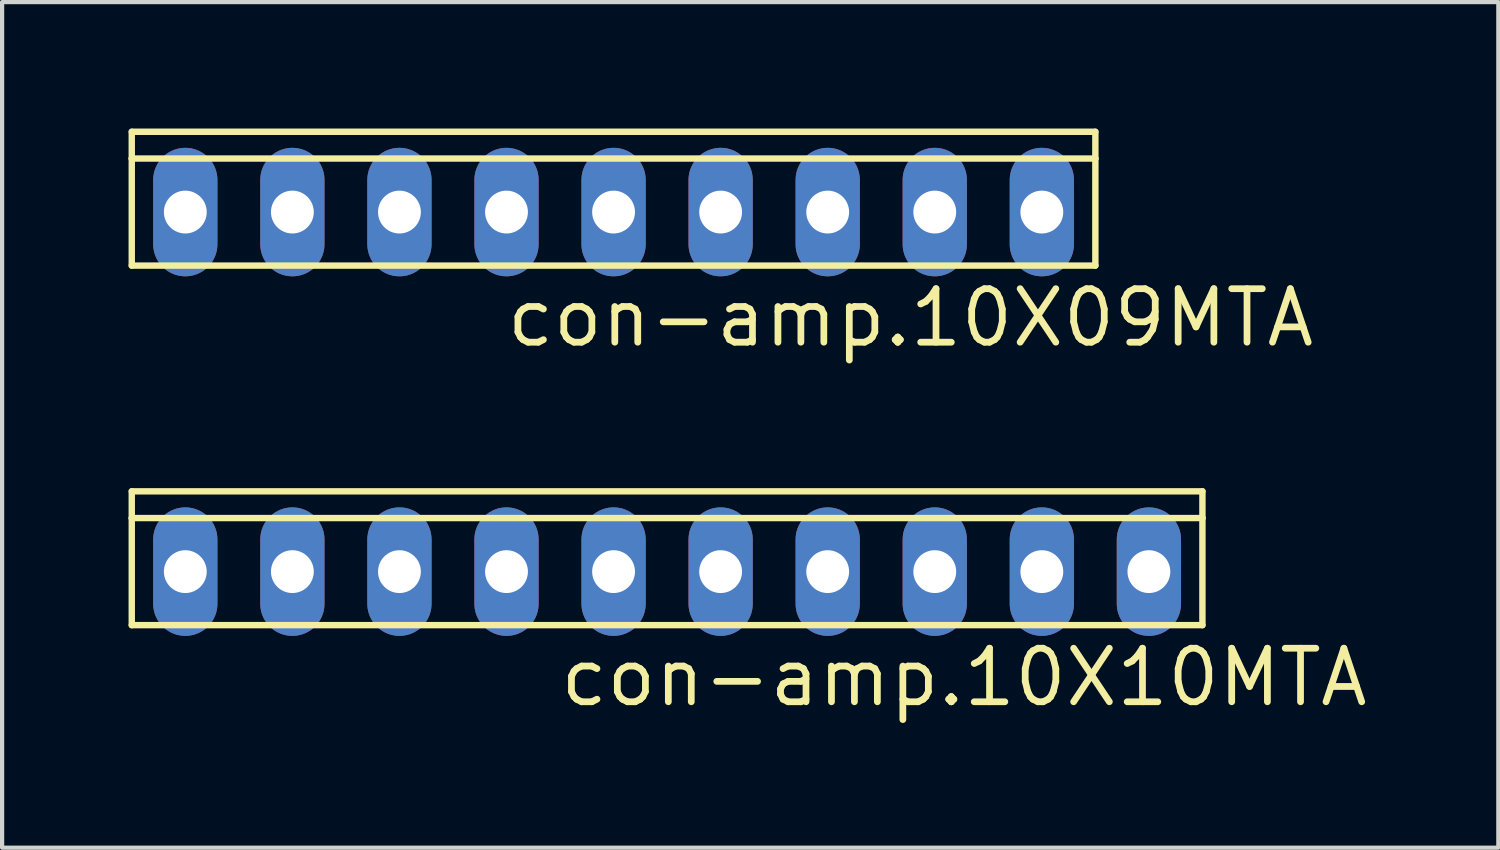
<source format=kicad_pcb>
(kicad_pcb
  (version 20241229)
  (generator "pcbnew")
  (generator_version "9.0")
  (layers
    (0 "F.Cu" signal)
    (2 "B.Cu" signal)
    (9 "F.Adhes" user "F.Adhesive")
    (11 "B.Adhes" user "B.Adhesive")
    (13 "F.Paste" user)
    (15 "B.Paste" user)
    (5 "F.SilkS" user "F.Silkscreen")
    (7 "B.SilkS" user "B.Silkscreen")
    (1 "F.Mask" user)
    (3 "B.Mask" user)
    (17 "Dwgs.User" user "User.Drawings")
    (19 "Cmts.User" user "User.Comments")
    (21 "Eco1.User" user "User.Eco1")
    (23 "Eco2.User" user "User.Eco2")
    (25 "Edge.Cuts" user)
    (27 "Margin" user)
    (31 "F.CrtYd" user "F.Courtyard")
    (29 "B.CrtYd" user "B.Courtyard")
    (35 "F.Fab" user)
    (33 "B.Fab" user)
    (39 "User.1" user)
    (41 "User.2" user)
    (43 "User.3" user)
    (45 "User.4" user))
  (footprint "con-amp.10X09MTA"
    (layer "F.Cu")
    (at 11.506 1.981)
    (property "Reference" "con-amp.10X09MTA" (at -2.616 3.251 0) (layer "F.SilkS") (effects (font (size 1.27 1.27) (thickness 0.16)) (justify left bottom)))
    (attr through_hole)
    (fp_line (start -11.43 -1.27) (end -11.43 -1.905) (stroke (width 0.152) (type default)) (layer "F.SilkS"))
    (fp_line (start -11.43 1.27) (end -11.43 -1.27) (stroke (width 0.152) (type default)) (layer "F.SilkS"))
    (fp_line (start -11.43 1.27) (end 11.43 1.27) (stroke (width 0.152) (type default)) (layer "F.SilkS"))
    (fp_line (start 11.43 -1.905) (end -11.43 -1.905) (stroke (width 0.152) (type default)) (layer "F.SilkS"))
    (fp_line (start 11.43 -1.905) (end 11.43 -1.27) (stroke (width 0.152) (type default)) (layer "F.SilkS"))
    (fp_line (start 11.43 -1.27) (end -11.43 -1.27) (stroke (width 0.152) (type default)) (layer "F.SilkS"))
    (fp_line (start 11.43 -1.27) (end 11.43 1.27) (stroke (width 0.152) (type default)) (layer "F.SilkS"))
    (fp_rect (start -10.414 0.254) (end -9.906 -0.254) (stroke (width 0.05) (type default)) (fill yes) (layer "F.SilkS"))
    (fp_rect (start -7.874 0.254) (end -7.366 -0.254) (stroke (width 0.05) (type default)) (fill yes) (layer "F.SilkS"))
    (fp_rect (start -5.334 0.254) (end -4.826 -0.254) (stroke (width 0.05) (type default)) (fill yes) (layer "F.SilkS"))
    (fp_rect (start -2.794 0.254) (end -2.286 -0.254) (stroke (width 0.05) (type default)) (fill yes) (layer "F.SilkS"))
    (fp_rect (start -0.254 0.254) (end 0.254 -0.254) (stroke (width 0.05) (type default)) (fill yes) (layer "F.SilkS"))
    (fp_rect (start 2.286 0.254) (end 2.794 -0.254) (stroke (width 0.05) (type default)) (fill yes) (layer "F.SilkS"))
    (fp_rect (start 4.826 0.254) (end 5.334 -0.254) (stroke (width 0.05) (type default)) (fill yes) (layer "F.SilkS"))
    (fp_rect (start 7.366 0.254) (end 7.874 -0.254) (stroke (width 0.05) (type default)) (fill yes) (layer "F.SilkS"))
    (fp_rect (start 9.906 0.254) (end 10.414 -0.254) (stroke (width 0.05) (type default)) (fill yes) (layer "F.SilkS"))
    (pad "1" thru_hole oval (at 10.16 0 90) (size 3.048 1.524) (drill 1.016) (layers "*.Cu" "*.Mask"))
    (pad "2" thru_hole oval (at 7.62 0 90) (size 3.048 1.524) (drill 1.016) (layers "*.Cu" "*.Mask"))
    (pad "3" thru_hole oval (at 5.08 0 90) (size 3.048 1.524) (drill 1.016) (layers "*.Cu" "*.Mask"))
    (pad "4" thru_hole oval (at 2.54 0 90) (size 3.048 1.524) (drill 1.016) (layers "*.Cu" "*.Mask"))
    (pad "5" thru_hole oval (at 0 0 90) (size 3.048 1.524) (drill 1.016) (layers "*.Cu" "*.Mask"))
    (pad "6" thru_hole oval (at -2.54 0 90) (size 3.048 1.524) (drill 1.016) (layers "*.Cu" "*.Mask"))
    (pad "7" thru_hole oval (at -5.08 0 90) (size 3.048 1.524) (drill 1.016) (layers "*.Cu" "*.Mask"))
    (pad "8" thru_hole oval (at -7.62 0 90) (size 3.048 1.524) (drill 1.016) (layers "*.Cu" "*.Mask"))
    (pad "9" thru_hole oval (at -10.16 0 90) (size 3.048 1.524) (drill 1.016) (layers "*.Cu" "*.Mask")))
  (footprint "con-amp.10X10MTA"
    (layer "F.Cu")
    (at 12.776 10.511)
    (property "Reference" "con-amp.10X10MTA" (at -2.616 3.251 0) (layer "F.SilkS") (effects (font (size 1.27 1.27) (thickness 0.16)) (justify left bottom)))
    (attr through_hole)
    (fp_line (start -12.7 -1.27) (end -12.7 -1.905) (stroke (width 0.152) (type default)) (layer "F.SilkS"))
    (fp_line (start -12.7 1.27) (end -12.7 -1.27) (stroke (width 0.152) (type default)) (layer "F.SilkS"))
    (fp_line (start -12.7 1.27) (end 12.7 1.27) (stroke (width 0.152) (type default)) (layer "F.SilkS"))
    (fp_line (start 12.7 -1.905) (end -12.7 -1.905) (stroke (width 0.152) (type default)) (layer "F.SilkS"))
    (fp_line (start 12.7 -1.905) (end 12.7 -1.27) (stroke (width 0.152) (type default)) (layer "F.SilkS"))
    (fp_line (start 12.7 -1.27) (end -12.7 -1.27) (stroke (width 0.152) (type default)) (layer "F.SilkS"))
    (fp_line (start 12.7 -1.27) (end 12.7 1.27) (stroke (width 0.152) (type default)) (layer "F.SilkS"))
    (fp_rect (start -11.684 0.254) (end -11.176 -0.254) (stroke (width 0.05) (type default)) (fill yes) (layer "F.SilkS"))
    (fp_rect (start -9.144 0.254) (end -8.636 -0.254) (stroke (width 0.05) (type default)) (fill yes) (layer "F.SilkS"))
    (fp_rect (start -6.604 0.254) (end -6.096 -0.254) (stroke (width 0.05) (type default)) (fill yes) (layer "F.SilkS"))
    (fp_rect (start -4.064 0.254) (end -3.556 -0.254) (stroke (width 0.05) (type default)) (fill yes) (layer "F.SilkS"))
    (fp_rect (start -1.524 0.254) (end -1.016 -0.254) (stroke (width 0.05) (type default)) (fill yes) (layer "F.SilkS"))
    (fp_rect (start 1.016 0.254) (end 1.524 -0.254) (stroke (width 0.05) (type default)) (fill yes) (layer "F.SilkS"))
    (fp_rect (start 3.556 0.254) (end 4.064 -0.254) (stroke (width 0.05) (type default)) (fill yes) (layer "F.SilkS"))
    (fp_rect (start 6.096 0.254) (end 6.604 -0.254) (stroke (width 0.05) (type default)) (fill yes) (layer "F.SilkS"))
    (fp_rect (start 8.636 0.254) (end 9.144 -0.254) (stroke (width 0.05) (type default)) (fill yes) (layer "F.SilkS"))
    (fp_rect (start 11.176 0.254) (end 11.684 -0.254) (stroke (width 0.05) (type default)) (fill yes) (layer "F.SilkS"))
    (pad "1" thru_hole oval (at 11.43 0 90) (size 3.048 1.524) (drill 1.016) (layers "*.Cu" "*.Mask"))
    (pad "2" thru_hole oval (at 8.89 0 90) (size 3.048 1.524) (drill 1.016) (layers "*.Cu" "*.Mask"))
    (pad "3" thru_hole oval (at 6.35 0 90) (size 3.048 1.524) (drill 1.016) (layers "*.Cu" "*.Mask"))
    (pad "4" thru_hole oval (at 3.81 0 90) (size 3.048 1.524) (drill 1.016) (layers "*.Cu" "*.Mask"))
    (pad "5" thru_hole oval (at 1.27 0 90) (size 3.048 1.524) (drill 1.016) (layers "*.Cu" "*.Mask"))
    (pad "6" thru_hole oval (at -1.27 0 90) (size 3.048 1.524) (drill 1.016) (layers "*.Cu" "*.Mask"))
    (pad "7" thru_hole oval (at -3.81 0 90) (size 3.048 1.524) (drill 1.016) (layers "*.Cu" "*.Mask"))
    (pad "8" thru_hole oval (at -6.35 0 90) (size 3.048 1.524) (drill 1.016) (layers "*.Cu" "*.Mask"))
    (pad "9" thru_hole oval (at -8.89 0 90) (size 3.048 1.524) (drill 1.016) (layers "*.Cu" "*.Mask"))
    (pad "10" thru_hole oval (at -11.43 0 90) (size 3.048 1.524) (drill 1.016) (layers "*.Cu" "*.Mask")))
  (gr_rect
    (start -3 -3)
    (end 32.496 17.06)
    (stroke (width 0.1) (type default))
    (fill no)
    (layer "Edge.Cuts")))
</source>
